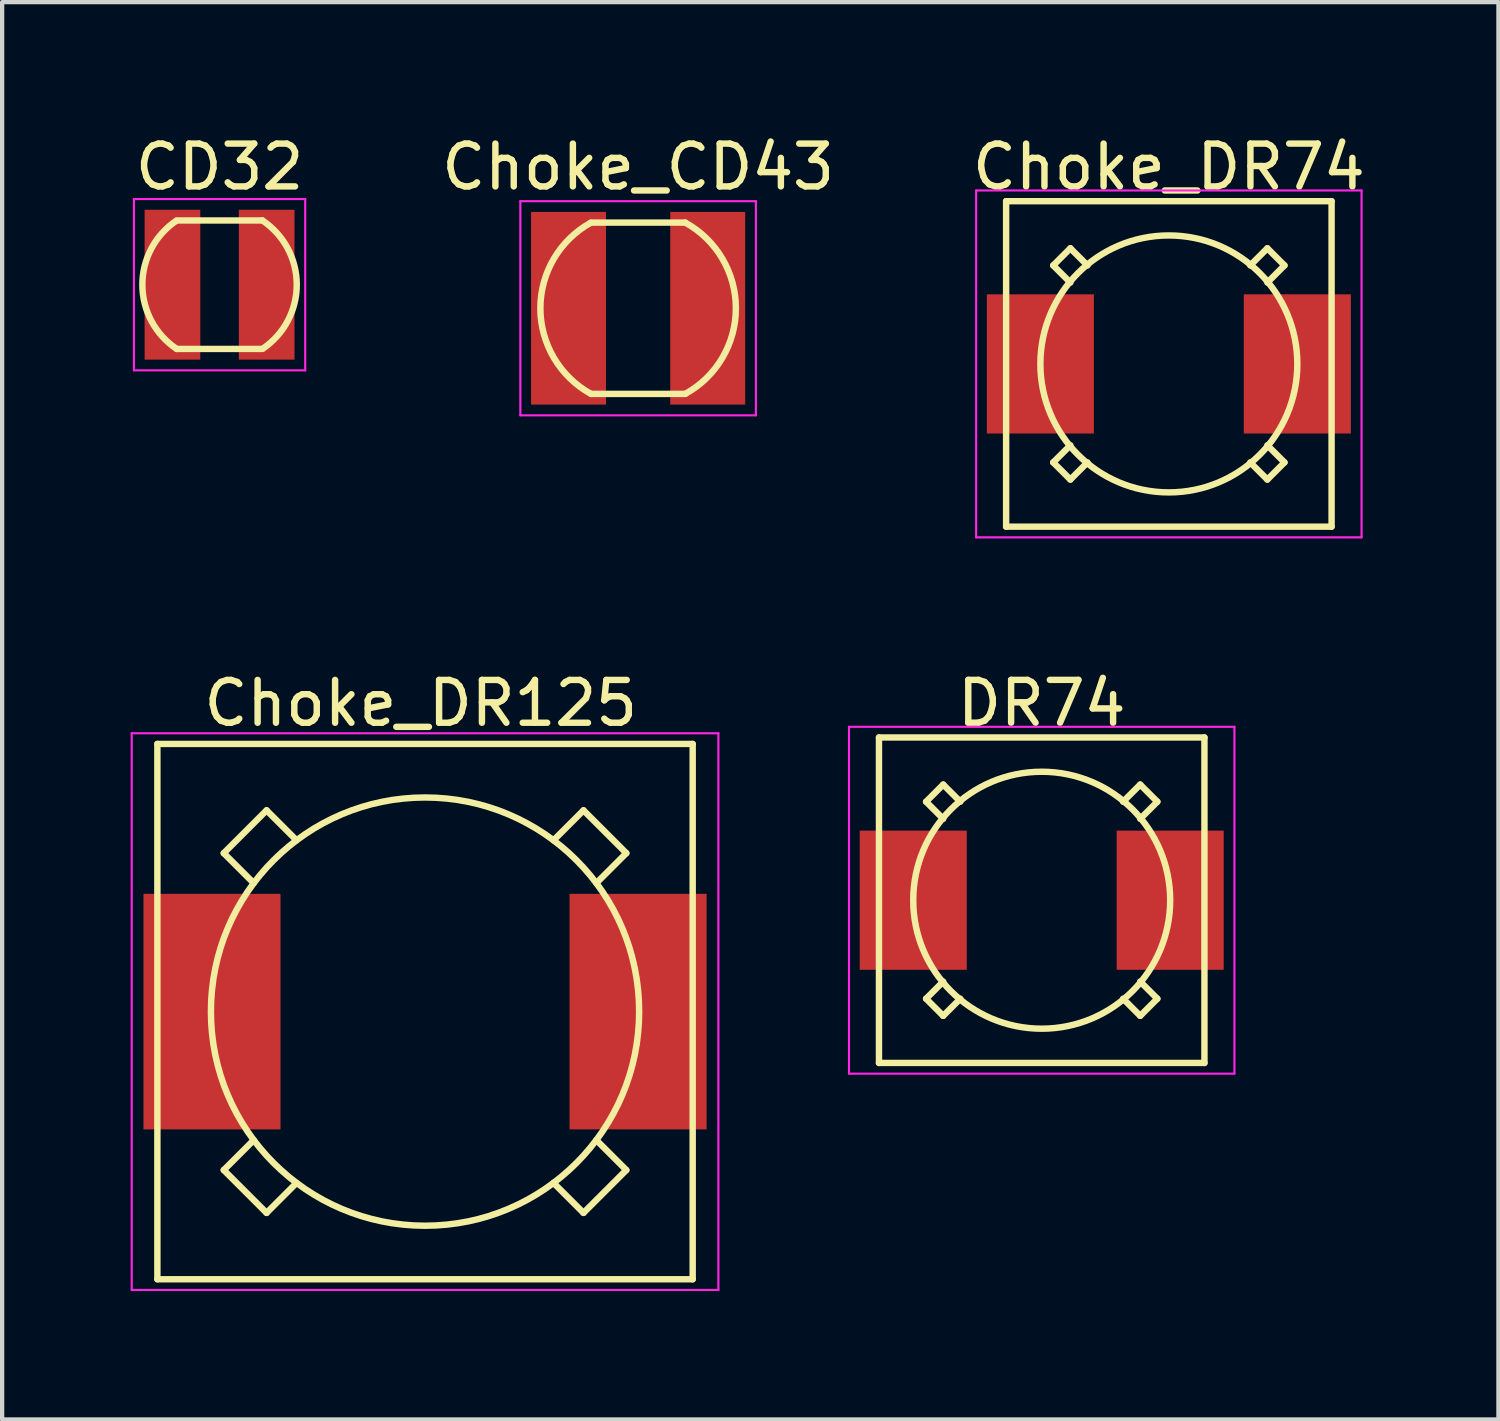
<source format=kicad_pcb>
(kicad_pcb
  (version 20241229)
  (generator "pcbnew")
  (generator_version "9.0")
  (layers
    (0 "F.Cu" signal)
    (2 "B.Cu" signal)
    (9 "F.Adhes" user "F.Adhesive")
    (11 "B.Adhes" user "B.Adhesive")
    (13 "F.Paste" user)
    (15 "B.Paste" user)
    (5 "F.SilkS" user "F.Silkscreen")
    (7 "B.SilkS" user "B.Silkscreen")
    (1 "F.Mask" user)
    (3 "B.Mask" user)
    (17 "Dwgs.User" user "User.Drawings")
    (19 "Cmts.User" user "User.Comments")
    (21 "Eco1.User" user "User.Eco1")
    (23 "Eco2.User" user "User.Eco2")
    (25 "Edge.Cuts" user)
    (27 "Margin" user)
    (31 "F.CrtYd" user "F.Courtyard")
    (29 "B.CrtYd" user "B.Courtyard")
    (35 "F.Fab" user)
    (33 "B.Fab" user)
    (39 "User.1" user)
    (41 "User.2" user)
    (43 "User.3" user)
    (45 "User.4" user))
  (footprint "Choke_CD43"
    (layer "F.Cu")
    (at 11.851 4.148)
    (property "Reference" "Choke_CD43" (at 0 -3.3 180) (layer "F.SilkS") (effects (font (size 1 1) (thickness 0.15))))
    (attr smd)
    (fp_line (start -1.1 -2) (end 1.1 -2) (stroke (width 0.15) (type solid)) (layer "F.SilkS"))
    (fp_line (start -1.1 2) (end 1.1 2) (stroke (width 0.15) (type solid)) (layer "F.SilkS"))
    (fp_arc (start -1.1 2) (mid -2.28254 0.003554) (end -1.106222 -1.996565) (stroke (width 0.15) (type solid)) (layer "F.SilkS"))
    (fp_arc (start 1.1 -2) (mid 2.28254 -0.003554) (end 1.106222 1.996565) (stroke (width 0.15) (type solid)) (layer "F.SilkS"))
    (fp_line (start -2.75 -2.5) (end 2.75 -2.5) (stroke (width 0.05) (type solid)) (layer "F.CrtYd"))
    (fp_line (start -2.75 2.5) (end -2.75 -2.5) (stroke (width 0.05) (type solid)) (layer "F.CrtYd"))
    (fp_line (start 2.75 -2.5) (end 2.75 2.5) (stroke (width 0.05) (type solid)) (layer "F.CrtYd"))
    (fp_line (start 2.75 2.5) (end -2.75 2.5) (stroke (width 0.05) (type solid)) (layer "F.CrtYd"))
    (pad "1" smd rect (at -1.625 0 90) (size 4.5 1.75) (layers "F.Cu" "F.Mask" "F.Paste"))
    (pad "2" smd rect (at 1.625 0 90) (size 4.5 1.75) (layers "F.Cu" "F.Mask" "F.Paste")))
  (footprint "DR74"
    (layer "F.Cu")
    (at 21.275 17.971)
    (property "Reference" "DR74" (at 0 -4.6 0) (layer "F.SilkS") (effects (font (size 1 1) (thickness 0.15))))
    (attr through_hole)
    (fp_line (start -3.8 -3.8) (end 3.8 -3.8) (stroke (width 0.15) (type solid)) (layer "F.SilkS"))
    (fp_line (start -3.8 3.8) (end -3.8 -3.8) (stroke (width 0.15) (type solid)) (layer "F.SilkS"))
    (fp_line (start -2.7 -2.3) (end -2.3 -2.7) (stroke (width 0.15) (type solid)) (layer "F.SilkS"))
    (fp_line (start -2.7 2.3) (end -2.3 2.7) (stroke (width 0.15) (type solid)) (layer "F.SilkS"))
    (fp_line (start -2.3 -2.7) (end -1.9 -2.3) (stroke (width 0.15) (type solid)) (layer "F.SilkS"))
    (fp_line (start -2.3 -1.9) (end -2.7 -2.3) (stroke (width 0.15) (type solid)) (layer "F.SilkS"))
    (fp_line (start -2.3 1.9) (end -2.7 2.3) (stroke (width 0.15) (type solid)) (layer "F.SilkS"))
    (fp_line (start -2.3 2.7) (end -1.9 2.3) (stroke (width 0.15) (type solid)) (layer "F.SilkS"))
    (fp_line (start 1.9 2.3) (end 2.3 2.7) (stroke (width 0.15) (type solid)) (layer "F.SilkS"))
    (fp_line (start 2.3 -2.7) (end 1.9 -2.3) (stroke (width 0.15) (type solid)) (layer "F.SilkS"))
    (fp_line (start 2.3 -1.9) (end 2.7 -2.3) (stroke (width 0.15) (type solid)) (layer "F.SilkS"))
    (fp_line (start 2.3 2.7) (end 2.7 2.3) (stroke (width 0.15) (type solid)) (layer "F.SilkS"))
    (fp_line (start 2.7 -2.3) (end 2.3 -2.7) (stroke (width 0.15) (type solid)) (layer "F.SilkS"))
    (fp_line (start 2.7 2.3) (end 2.3 1.9) (stroke (width 0.15) (type solid)) (layer "F.SilkS"))
    (fp_line (start 3.8 -3.8) (end 3.8 3.8) (stroke (width 0.15) (type solid)) (layer "F.SilkS"))
    (fp_line (start 3.8 3.8) (end -3.8 3.8) (stroke (width 0.15) (type solid)) (layer "F.SilkS"))
    (fp_circle (center 0 0) (end 3 0) (stroke (width 0.15) (type solid)) (fill no) (layer "F.SilkS"))
    (fp_line (start -4.5 -4.05) (end 4.5 -4.05) (stroke (width 0.05) (type solid)) (layer "F.CrtYd"))
    (fp_line (start -4.5 4.05) (end -4.5 -4.05) (stroke (width 0.05) (type solid)) (layer "F.CrtYd"))
    (fp_line (start 4.5 -4.05) (end 4.5 4.05) (stroke (width 0.05) (type solid)) (layer "F.CrtYd"))
    (fp_line (start 4.5 4.05) (end -4.5 4.05) (stroke (width 0.05) (type solid)) (layer "F.CrtYd"))
    (pad "1" smd rect (at -3 0 90) (size 3.25 2.5) (layers "F.Cu" "F.Mask" "F.Paste"))
    (pad "2" smd rect (at 3 0 90) (size 3.25 2.5) (layers "F.Cu" "F.Mask" "F.Paste")))
  (footprint "Choke_DR125"
    (layer "F.Cu")
    (at 6.875 20.572)
    (property "Reference" "Choke_DR125" (at -0.1 -7.2 0) (layer "F.SilkS") (effects (font (size 1 1) (thickness 0.15))))
    (attr smd)
    (fp_line (start -6.25 -6.25) (end 6.25 -6.25) (stroke (width 0.15) (type solid)) (layer "F.SilkS"))
    (fp_line (start -6.25 6.25) (end -6.25 -6.25) (stroke (width 0.15) (type solid)) (layer "F.SilkS"))
    (fp_line (start -4 -3) (end -4.7 -3.7) (stroke (width 0.15) (type solid)) (layer "F.SilkS"))
    (fp_line (start -4 3) (end -4.7 3.7) (stroke (width 0.15) (type solid)) (layer "F.SilkS"))
    (fp_line (start -3.7 -4.7) (end -4.7 -3.7) (stroke (width 0.15) (type solid)) (layer "F.SilkS"))
    (fp_line (start -3.7 4.7) (end -4.7 3.7) (stroke (width 0.15) (type solid)) (layer "F.SilkS"))
    (fp_line (start -3 -4) (end -3.7 -4.7) (stroke (width 0.15) (type solid)) (layer "F.SilkS"))
    (fp_line (start -3 4) (end -3.7 4.7) (stroke (width 0.15) (type solid)) (layer "F.SilkS"))
    (fp_line (start 3 -4) (end 3.7 -4.7) (stroke (width 0.15) (type solid)) (layer "F.SilkS"))
    (fp_line (start 3 4) (end 3.7 4.7) (stroke (width 0.15) (type solid)) (layer "F.SilkS"))
    (fp_line (start 3.7 -4.7) (end 4.7 -3.7) (stroke (width 0.15) (type solid)) (layer "F.SilkS"))
    (fp_line (start 3.7 4.7) (end 4.7 3.7) (stroke (width 0.15) (type solid)) (layer "F.SilkS"))
    (fp_line (start 4 -3) (end 4.7 -3.7) (stroke (width 0.15) (type solid)) (layer "F.SilkS"))
    (fp_line (start 4 3) (end 4.7 3.7) (stroke (width 0.15) (type solid)) (layer "F.SilkS"))
    (fp_line (start 6.25 -6.25) (end 6.25 6.25) (stroke (width 0.15) (type solid)) (layer "F.SilkS"))
    (fp_line (start 6.25 6.25) (end -6.25 6.25) (stroke (width 0.15) (type solid)) (layer "F.SilkS"))
    (fp_circle (center 0 0) (end 5 0) (stroke (width 0.15) (type solid)) (fill no) (layer "F.SilkS"))
    (fp_line (start -6.85 -6.5) (end 6.85 -6.5) (stroke (width 0.05) (type solid)) (layer "F.CrtYd"))
    (fp_line (start -6.85 6.5) (end -6.85 -6.5) (stroke (width 0.05) (type solid)) (layer "F.CrtYd"))
    (fp_line (start 6.85 -6.5) (end 6.85 6.5) (stroke (width 0.05) (type solid)) (layer "F.CrtYd"))
    (fp_line (start 6.85 6.5) (end -6.85 6.5) (stroke (width 0.05) (type solid)) (layer "F.CrtYd"))
    (pad "1" smd rect (at -4.975 0 90) (size 5.5 3.2) (layers "F.Cu" "F.Mask" "F.Paste"))
    (pad "2" smd rect (at 4.975 0 90) (size 5.5 3.2) (layers "F.Cu" "F.Mask" "F.Paste")))
  (footprint "Choke_DR74"
    (layer "F.Cu")
    (at 24.244 5.448)
    (property "Reference" "Choke_DR74" (at 0 -4.6 0) (layer "F.SilkS") (effects (font (size 1 1) (thickness 0.15))))
    (attr smd)
    (fp_line (start -3.8 -3.8) (end 3.8 -3.8) (stroke (width 0.15) (type solid)) (layer "F.SilkS"))
    (fp_line (start -3.8 3.8) (end -3.8 -3.8) (stroke (width 0.15) (type solid)) (layer "F.SilkS"))
    (fp_line (start -2.7 -2.3) (end -2.3 -2.7) (stroke (width 0.15) (type solid)) (layer "F.SilkS"))
    (fp_line (start -2.7 2.3) (end -2.3 2.7) (stroke (width 0.15) (type solid)) (layer "F.SilkS"))
    (fp_line (start -2.3 -2.7) (end -1.9 -2.3) (stroke (width 0.15) (type solid)) (layer "F.SilkS"))
    (fp_line (start -2.3 -1.9) (end -2.7 -2.3) (stroke (width 0.15) (type solid)) (layer "F.SilkS"))
    (fp_line (start -2.3 1.9) (end -2.7 2.3) (stroke (width 0.15) (type solid)) (layer "F.SilkS"))
    (fp_line (start -2.3 2.7) (end -1.9 2.3) (stroke (width 0.15) (type solid)) (layer "F.SilkS"))
    (fp_line (start 1.9 2.3) (end 2.3 2.7) (stroke (width 0.15) (type solid)) (layer "F.SilkS"))
    (fp_line (start 2.3 -2.7) (end 1.9 -2.3) (stroke (width 0.15) (type solid)) (layer "F.SilkS"))
    (fp_line (start 2.3 -1.9) (end 2.7 -2.3) (stroke (width 0.15) (type solid)) (layer "F.SilkS"))
    (fp_line (start 2.3 2.7) (end 2.7 2.3) (stroke (width 0.15) (type solid)) (layer "F.SilkS"))
    (fp_line (start 2.7 -2.3) (end 2.3 -2.7) (stroke (width 0.15) (type solid)) (layer "F.SilkS"))
    (fp_line (start 2.7 2.3) (end 2.3 1.9) (stroke (width 0.15) (type solid)) (layer "F.SilkS"))
    (fp_line (start 3.8 -3.8) (end 3.8 3.8) (stroke (width 0.15) (type solid)) (layer "F.SilkS"))
    (fp_line (start 3.8 3.8) (end -3.8 3.8) (stroke (width 0.15) (type solid)) (layer "F.SilkS"))
    (fp_circle (center 0 0) (end 3 0) (stroke (width 0.15) (type solid)) (fill no) (layer "F.SilkS"))
    (fp_line (start -4.5 -4.05) (end 4.5 -4.05) (stroke (width 0.05) (type solid)) (layer "F.CrtYd"))
    (fp_line (start -4.5 4.05) (end -4.5 -4.05) (stroke (width 0.05) (type solid)) (layer "F.CrtYd"))
    (fp_line (start 4.5 -4.05) (end 4.5 4.05) (stroke (width 0.05) (type solid)) (layer "F.CrtYd"))
    (fp_line (start 4.5 4.05) (end -4.5 4.05) (stroke (width 0.05) (type solid)) (layer "F.CrtYd"))
    (pad "1" smd rect (at -3 0 90) (size 3.25 2.5) (layers "F.Cu" "F.Mask" "F.Paste"))
    (pad "2" smd rect (at 3 0 90) (size 3.25 2.5) (layers "F.Cu" "F.Mask" "F.Paste")))
  (footprint "CD32"
    (layer "F.Cu")
    (at 2.077 3.598)
    (property "Reference" "CD32" (at 0 -2.75 180) (layer "F.SilkS") (effects (font (size 1 1) (thickness 0.15))))
    (attr smd)
    (fp_line (start -1 1.5) (end 1 1.5) (stroke (width 0.15) (type solid)) (layer "F.SilkS"))
    (fp_line (start 1 -1.5) (end -1 -1.5) (stroke (width 0.15) (type solid)) (layer "F.SilkS"))
    (fp_arc (start -1 1.5) (mid -1.802749 0.009752) (end -1.016169 -1.489094) (stroke (width 0.15) (type solid)) (layer "F.SilkS"))
    (fp_arc (start 1 -1.5) (mid 1.802749 -0.009752) (end 1.016169 1.489094) (stroke (width 0.15) (type solid)) (layer "F.SilkS"))
    (fp_line (start -2 -2) (end 2 -2) (stroke (width 0.05) (type solid)) (layer "F.CrtYd"))
    (fp_line (start -2 2) (end -2 -2) (stroke (width 0.05) (type solid)) (layer "F.CrtYd"))
    (fp_line (start 2 -2) (end 2 2) (stroke (width 0.05) (type solid)) (layer "F.CrtYd"))
    (fp_line (start 2 2) (end -2 2) (stroke (width 0.05) (type solid)) (layer "F.CrtYd"))
    (pad "1" smd rect (at -1.1 0 90) (size 3.5 1.3) (layers "F.Cu" "F.Mask" "F.Paste"))
    (pad "2" smd rect (at 1.1 0 90) (size 3.5 1.3) (layers "F.Cu" "F.Mask" "F.Paste")))
  (gr_rect
    (start -3 -3)
    (end 31.94 30.096)
    (stroke (width 0.1) (type default))
    (fill no)
    (layer "Edge.Cuts")))
</source>
